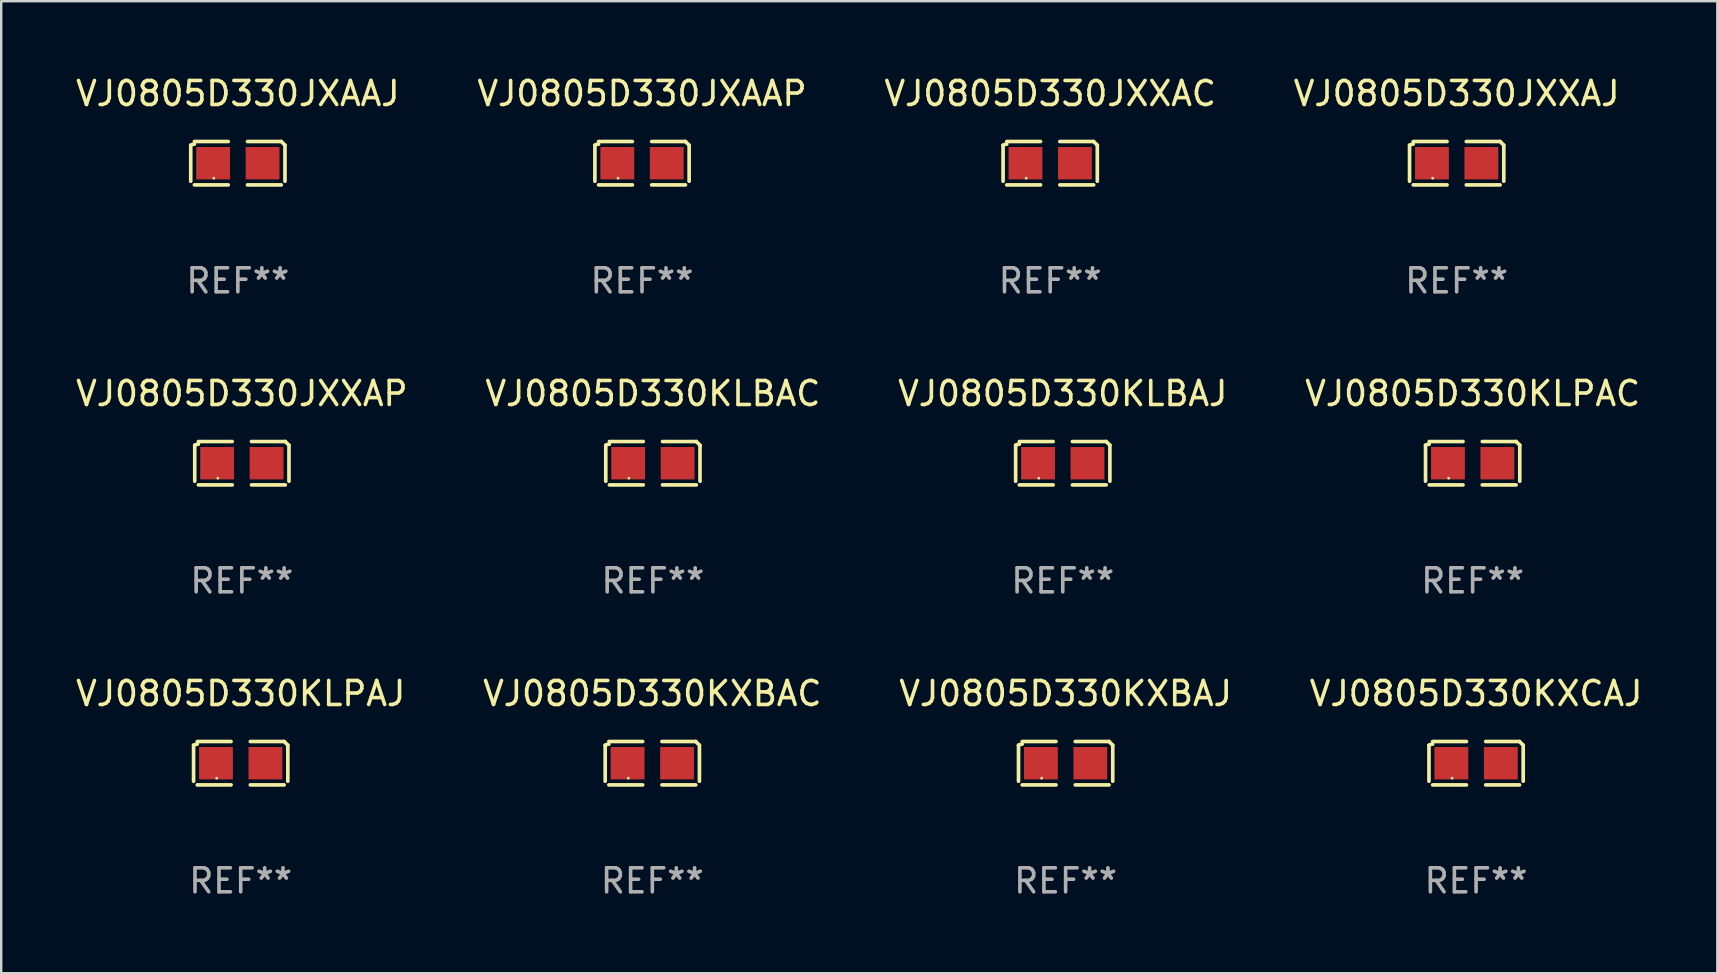
<source format=kicad_pcb>
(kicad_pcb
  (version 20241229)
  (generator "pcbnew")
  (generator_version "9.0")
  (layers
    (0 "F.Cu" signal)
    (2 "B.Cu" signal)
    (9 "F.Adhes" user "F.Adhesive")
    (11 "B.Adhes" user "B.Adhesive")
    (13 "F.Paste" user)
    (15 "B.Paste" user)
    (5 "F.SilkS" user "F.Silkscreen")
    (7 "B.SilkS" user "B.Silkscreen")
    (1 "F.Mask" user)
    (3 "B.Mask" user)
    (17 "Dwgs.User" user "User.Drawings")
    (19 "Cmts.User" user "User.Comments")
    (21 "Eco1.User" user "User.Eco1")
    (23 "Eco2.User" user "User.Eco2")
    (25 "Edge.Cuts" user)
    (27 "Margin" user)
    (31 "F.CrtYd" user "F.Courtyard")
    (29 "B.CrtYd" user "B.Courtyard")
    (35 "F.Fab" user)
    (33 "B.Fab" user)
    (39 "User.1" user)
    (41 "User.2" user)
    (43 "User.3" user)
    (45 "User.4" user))
  (footprint "VJ0805D330JXAAP"
    (layer "F.Cu")
    (at 23.708 3.752)
    (property "Reference" "VJ0805D330JXAAP" (at 0 -2.904 0) (layer "F.SilkS") (effects (font (size 1 1) (thickness 0.15))))
    (attr through_hole)
    (fp_line (start -1.964 0.751) (end -1.964 -0.751) (stroke (width 0.152) (type solid)) (layer "F.SilkS"))
    (fp_line (start -1.811 -0.904) (end -0.401 -0.904) (stroke (width 0.152) (type solid)) (layer "F.SilkS"))
    (fp_line (start -0.401 0.904) (end -1.811 0.904) (stroke (width 0.152) (type solid)) (layer "F.SilkS"))
    (fp_line (start 0.401 0.904) (end 1.811 0.904) (stroke (width 0.152) (type solid)) (layer "F.SilkS"))
    (fp_line (start 1.811 -0.904) (end 0.401 -0.904) (stroke (width 0.152) (type solid)) (layer "F.SilkS"))
    (fp_line (start 1.964 0.751) (end 1.964 -0.751) (stroke (width 0.152) (type solid)) (layer "F.SilkS"))
    (fp_arc (start -1.963602 -0.751207) (mid -1.890354 -0.783131) (end -1.811201 -0.794044) (stroke (width 0.1524) (type solid)) (layer "F.SilkS"))
    (fp_arc (start 1.811202 -0.903607) (mid 1.887413 -0.827418) (end 1.963602 -0.751207) (stroke (width 0.1524) (type solid)) (layer "F.SilkS"))
    (fp_circle (center -1 0.625) (end -0.97 0.625) (stroke (width 0.06) (type solid)) (fill no) (layer "F.SilkS"))
    (fp_text user "REF**" (at 0 4.904 0) (layer "F.Fab") (effects (font (size 1 1) (thickness 0.15))))
    (pad "1" smd rect (at -1.03 0) (size 1.41 1.35) (layers "F.Cu" "F.Mask" "F.Paste"))
    (pad "2" smd rect (at 1.03 0) (size 1.41 1.35) (layers "F.Cu" "F.Mask" "F.Paste")))
  (footprint "VJ0805D330KLBAC"
    (layer "F.Cu")
    (at 24.161 16.256)
    (property "Reference" "VJ0805D330KLBAC" (at 0 -2.904 0) (layer "F.SilkS") (effects (font (size 1 1) (thickness 0.15))))
    (attr through_hole)
    (fp_line (start -1.964 0.751) (end -1.964 -0.751) (stroke (width 0.152) (type solid)) (layer "F.SilkS"))
    (fp_line (start -1.811 -0.904) (end -0.401 -0.904) (stroke (width 0.152) (type solid)) (layer "F.SilkS"))
    (fp_line (start -0.401 0.904) (end -1.811 0.904) (stroke (width 0.152) (type solid)) (layer "F.SilkS"))
    (fp_line (start 0.401 0.904) (end 1.811 0.904) (stroke (width 0.152) (type solid)) (layer "F.SilkS"))
    (fp_line (start 1.811 -0.904) (end 0.401 -0.904) (stroke (width 0.152) (type solid)) (layer "F.SilkS"))
    (fp_line (start 1.964 0.751) (end 1.964 -0.751) (stroke (width 0.152) (type solid)) (layer "F.SilkS"))
    (fp_arc (start -1.963602 -0.751207) (mid -1.890354 -0.783131) (end -1.811201 -0.794044) (stroke (width 0.1524) (type solid)) (layer "F.SilkS"))
    (fp_arc (start 1.811202 -0.903607) (mid 1.887413 -0.827418) (end 1.963602 -0.751207) (stroke (width 0.1524) (type solid)) (layer "F.SilkS"))
    (fp_circle (center -1 0.625) (end -0.97 0.625) (stroke (width 0.06) (type solid)) (fill no) (layer "F.SilkS"))
    (fp_text user "REF**" (at 0 4.904 0) (layer "F.Fab") (effects (font (size 1 1) (thickness 0.15))))
    (pad "1" smd rect (at -1.03 0) (size 1.41 1.35) (layers "F.Cu" "F.Mask" "F.Paste"))
    (pad "2" smd rect (at 1.03 0) (size 1.41 1.35) (layers "F.Cu" "F.Mask" "F.Paste")))
  (footprint "VJ0805D330JXXAP"
    (layer "F.Cu")
    (at 7.03 16.256)
    (property "Reference" "VJ0805D330JXXAP" (at 0 -2.904 0) (layer "F.SilkS") (effects (font (size 1 1) (thickness 0.15))))
    (attr through_hole)
    (fp_line (start -1.964 0.751) (end -1.964 -0.751) (stroke (width 0.152) (type solid)) (layer "F.SilkS"))
    (fp_line (start -1.811 -0.904) (end -0.401 -0.904) (stroke (width 0.152) (type solid)) (layer "F.SilkS"))
    (fp_line (start -0.401 0.904) (end -1.811 0.904) (stroke (width 0.152) (type solid)) (layer "F.SilkS"))
    (fp_line (start 0.401 0.904) (end 1.811 0.904) (stroke (width 0.152) (type solid)) (layer "F.SilkS"))
    (fp_line (start 1.811 -0.904) (end 0.401 -0.904) (stroke (width 0.152) (type solid)) (layer "F.SilkS"))
    (fp_line (start 1.964 0.751) (end 1.964 -0.751) (stroke (width 0.152) (type solid)) (layer "F.SilkS"))
    (fp_arc (start -1.963602 -0.751207) (mid -1.890354 -0.783131) (end -1.811201 -0.794044) (stroke (width 0.1524) (type solid)) (layer "F.SilkS"))
    (fp_arc (start 1.811202 -0.903607) (mid 1.887413 -0.827418) (end 1.963602 -0.751207) (stroke (width 0.1524) (type solid)) (layer "F.SilkS"))
    (fp_circle (center -1 0.625) (end -0.97 0.625) (stroke (width 0.06) (type solid)) (fill no) (layer "F.SilkS"))
    (fp_text user "REF**" (at 0 4.904 0) (layer "F.Fab") (effects (font (size 1 1) (thickness 0.15))))
    (pad "1" smd rect (at -1.03 0) (size 1.41 1.35) (layers "F.Cu" "F.Mask" "F.Paste"))
    (pad "2" smd rect (at 1.03 0) (size 1.41 1.35) (layers "F.Cu" "F.Mask" "F.Paste")))
  (footprint "VJ0805D330KXBAC"
    (layer "F.Cu")
    (at 24.137 28.759)
    (property "Reference" "VJ0805D330KXBAC" (at 0 -2.904 0) (layer "F.SilkS") (effects (font (size 1 1) (thickness 0.15))))
    (attr through_hole)
    (fp_line (start -1.964 0.751) (end -1.964 -0.751) (stroke (width 0.152) (type solid)) (layer "F.SilkS"))
    (fp_line (start -1.811 -0.904) (end -0.401 -0.904) (stroke (width 0.152) (type solid)) (layer "F.SilkS"))
    (fp_line (start -0.401 0.904) (end -1.811 0.904) (stroke (width 0.152) (type solid)) (layer "F.SilkS"))
    (fp_line (start 0.401 0.904) (end 1.811 0.904) (stroke (width 0.152) (type solid)) (layer "F.SilkS"))
    (fp_line (start 1.811 -0.904) (end 0.401 -0.904) (stroke (width 0.152) (type solid)) (layer "F.SilkS"))
    (fp_line (start 1.964 0.751) (end 1.964 -0.751) (stroke (width 0.152) (type solid)) (layer "F.SilkS"))
    (fp_arc (start -1.963602 -0.751207) (mid -1.890354 -0.783131) (end -1.811201 -0.794044) (stroke (width 0.1524) (type solid)) (layer "F.SilkS"))
    (fp_arc (start 1.811202 -0.903607) (mid 1.887413 -0.827418) (end 1.963602 -0.751207) (stroke (width 0.1524) (type solid)) (layer "F.SilkS"))
    (fp_circle (center -1 0.625) (end -0.97 0.625) (stroke (width 0.06) (type solid)) (fill no) (layer "F.SilkS"))
    (fp_text user "REF**" (at 0 4.904 0) (layer "F.Fab") (effects (font (size 1 1) (thickness 0.15))))
    (pad "1" smd rect (at -1.03 0) (size 1.41 1.35) (layers "F.Cu" "F.Mask" "F.Paste"))
    (pad "2" smd rect (at 1.03 0) (size 1.41 1.35) (layers "F.Cu" "F.Mask" "F.Paste")))
  (footprint "VJ0805D330JXAAJ"
    (layer "F.Cu")
    (at 6.863 3.752)
    (property "Reference" "VJ0805D330JXAAJ" (at 0 -2.904 0) (layer "F.SilkS") (effects (font (size 1 1) (thickness 0.15))))
    (attr through_hole)
    (fp_line (start -1.964 0.751) (end -1.964 -0.751) (stroke (width 0.152) (type solid)) (layer "F.SilkS"))
    (fp_line (start -1.811 -0.904) (end -0.401 -0.904) (stroke (width 0.152) (type solid)) (layer "F.SilkS"))
    (fp_line (start -0.401 0.904) (end -1.811 0.904) (stroke (width 0.152) (type solid)) (layer "F.SilkS"))
    (fp_line (start 0.401 0.904) (end 1.811 0.904) (stroke (width 0.152) (type solid)) (layer "F.SilkS"))
    (fp_line (start 1.811 -0.904) (end 0.401 -0.904) (stroke (width 0.152) (type solid)) (layer "F.SilkS"))
    (fp_line (start 1.964 0.751) (end 1.964 -0.751) (stroke (width 0.152) (type solid)) (layer "F.SilkS"))
    (fp_arc (start -1.963602 -0.751207) (mid -1.890354 -0.783131) (end -1.811201 -0.794044) (stroke (width 0.1524) (type solid)) (layer "F.SilkS"))
    (fp_arc (start 1.811202 -0.903607) (mid 1.887413 -0.827418) (end 1.963602 -0.751207) (stroke (width 0.1524) (type solid)) (layer "F.SilkS"))
    (fp_circle (center -1 0.625) (end -0.97 0.625) (stroke (width 0.06) (type solid)) (fill no) (layer "F.SilkS"))
    (fp_text user "REF**" (at 0 4.904 0) (layer "F.Fab") (effects (font (size 1 1) (thickness 0.15))))
    (pad "1" smd rect (at -1.03 0) (size 1.41 1.35) (layers "F.Cu" "F.Mask" "F.Paste"))
    (pad "2" smd rect (at 1.03 0) (size 1.41 1.35) (layers "F.Cu" "F.Mask" "F.Paste")))
  (footprint "VJ0805D330KXCAJ"
    (layer "F.Cu")
    (at 58.47 28.759)
    (property "Reference" "VJ0805D330KXCAJ" (at 0 -2.904 0) (layer "F.SilkS") (effects (font (size 1 1) (thickness 0.15))))
    (attr through_hole)
    (fp_line (start -1.964 0.751) (end -1.964 -0.751) (stroke (width 0.152) (type solid)) (layer "F.SilkS"))
    (fp_line (start -1.811 -0.904) (end -0.401 -0.904) (stroke (width 0.152) (type solid)) (layer "F.SilkS"))
    (fp_line (start -0.401 0.904) (end -1.811 0.904) (stroke (width 0.152) (type solid)) (layer "F.SilkS"))
    (fp_line (start 0.401 0.904) (end 1.811 0.904) (stroke (width 0.152) (type solid)) (layer "F.SilkS"))
    (fp_line (start 1.811 -0.904) (end 0.401 -0.904) (stroke (width 0.152) (type solid)) (layer "F.SilkS"))
    (fp_line (start 1.964 0.751) (end 1.964 -0.751) (stroke (width 0.152) (type solid)) (layer "F.SilkS"))
    (fp_arc (start -1.963602 -0.751207) (mid -1.890354 -0.783131) (end -1.811201 -0.794044) (stroke (width 0.1524) (type solid)) (layer "F.SilkS"))
    (fp_arc (start 1.811202 -0.903607) (mid 1.887413 -0.827418) (end 1.963602 -0.751207) (stroke (width 0.1524) (type solid)) (layer "F.SilkS"))
    (fp_circle (center -1 0.625) (end -0.97 0.625) (stroke (width 0.06) (type solid)) (fill no) (layer "F.SilkS"))
    (fp_text user "REF**" (at 0 4.904 0) (layer "F.Fab") (effects (font (size 1 1) (thickness 0.15))))
    (pad "1" smd rect (at -1.03 0) (size 1.41 1.35) (layers "F.Cu" "F.Mask" "F.Paste"))
    (pad "2" smd rect (at 1.03 0) (size 1.41 1.35) (layers "F.Cu" "F.Mask" "F.Paste")))
  (footprint "VJ0805D330KXBAJ"
    (layer "F.Cu")
    (at 41.363 28.759)
    (property "Reference" "VJ0805D330KXBAJ" (at 0 -2.904 0) (layer "F.SilkS") (effects (font (size 1 1) (thickness 0.15))))
    (attr through_hole)
    (fp_line (start -1.964 0.751) (end -1.964 -0.751) (stroke (width 0.152) (type solid)) (layer "F.SilkS"))
    (fp_line (start -1.811 -0.904) (end -0.401 -0.904) (stroke (width 0.152) (type solid)) (layer "F.SilkS"))
    (fp_line (start -0.401 0.904) (end -1.811 0.904) (stroke (width 0.152) (type solid)) (layer "F.SilkS"))
    (fp_line (start 0.401 0.904) (end 1.811 0.904) (stroke (width 0.152) (type solid)) (layer "F.SilkS"))
    (fp_line (start 1.811 -0.904) (end 0.401 -0.904) (stroke (width 0.152) (type solid)) (layer "F.SilkS"))
    (fp_line (start 1.964 0.751) (end 1.964 -0.751) (stroke (width 0.152) (type solid)) (layer "F.SilkS"))
    (fp_arc (start -1.963602 -0.751207) (mid -1.890354 -0.783131) (end -1.811201 -0.794044) (stroke (width 0.1524) (type solid)) (layer "F.SilkS"))
    (fp_arc (start 1.811202 -0.903607) (mid 1.887413 -0.827418) (end 1.963602 -0.751207) (stroke (width 0.1524) (type solid)) (layer "F.SilkS"))
    (fp_circle (center -1 0.625) (end -0.97 0.625) (stroke (width 0.06) (type solid)) (fill no) (layer "F.SilkS"))
    (fp_text user "REF**" (at 0 4.904 0) (layer "F.Fab") (effects (font (size 1 1) (thickness 0.15))))
    (pad "1" smd rect (at -1.03 0) (size 1.41 1.35) (layers "F.Cu" "F.Mask" "F.Paste"))
    (pad "2" smd rect (at 1.03 0) (size 1.41 1.35) (layers "F.Cu" "F.Mask" "F.Paste")))
  (footprint "VJ0805D330KLPAC"
    (layer "F.Cu")
    (at 58.327 16.256)
    (property "Reference" "VJ0805D330KLPAC" (at 0 -2.904 0) (layer "F.SilkS") (effects (font (size 1 1) (thickness 0.15))))
    (attr through_hole)
    (fp_line (start -1.964 0.751) (end -1.964 -0.751) (stroke (width 0.152) (type solid)) (layer "F.SilkS"))
    (fp_line (start -1.811 -0.904) (end -0.401 -0.904) (stroke (width 0.152) (type solid)) (layer "F.SilkS"))
    (fp_line (start -0.401 0.904) (end -1.811 0.904) (stroke (width 0.152) (type solid)) (layer "F.SilkS"))
    (fp_line (start 0.401 0.904) (end 1.811 0.904) (stroke (width 0.152) (type solid)) (layer "F.SilkS"))
    (fp_line (start 1.811 -0.904) (end 0.401 -0.904) (stroke (width 0.152) (type solid)) (layer "F.SilkS"))
    (fp_line (start 1.964 0.751) (end 1.964 -0.751) (stroke (width 0.152) (type solid)) (layer "F.SilkS"))
    (fp_arc (start -1.963602 -0.751207) (mid -1.890354 -0.783131) (end -1.811201 -0.794044) (stroke (width 0.1524) (type solid)) (layer "F.SilkS"))
    (fp_arc (start 1.811202 -0.903607) (mid 1.887413 -0.827418) (end 1.963602 -0.751207) (stroke (width 0.1524) (type solid)) (layer "F.SilkS"))
    (fp_circle (center -1 0.625) (end -0.97 0.625) (stroke (width 0.06) (type solid)) (fill no) (layer "F.SilkS"))
    (fp_text user "REF**" (at 0 4.904 0) (layer "F.Fab") (effects (font (size 1 1) (thickness 0.15))))
    (pad "1" smd rect (at -1.03 0) (size 1.41 1.35) (layers "F.Cu" "F.Mask" "F.Paste"))
    (pad "2" smd rect (at 1.03 0) (size 1.41 1.35) (layers "F.Cu" "F.Mask" "F.Paste")))
  (footprint "VJ0805D330JXXAC"
    (layer "F.Cu")
    (at 40.72 3.752)
    (property "Reference" "VJ0805D330JXXAC" (at 0 -2.904 0) (layer "F.SilkS") (effects (font (size 1 1) (thickness 0.15))))
    (attr through_hole)
    (fp_line (start -1.964 0.751) (end -1.964 -0.751) (stroke (width 0.152) (type solid)) (layer "F.SilkS"))
    (fp_line (start -1.811 -0.904) (end -0.401 -0.904) (stroke (width 0.152) (type solid)) (layer "F.SilkS"))
    (fp_line (start -0.401 0.904) (end -1.811 0.904) (stroke (width 0.152) (type solid)) (layer "F.SilkS"))
    (fp_line (start 0.401 0.904) (end 1.811 0.904) (stroke (width 0.152) (type solid)) (layer "F.SilkS"))
    (fp_line (start 1.811 -0.904) (end 0.401 -0.904) (stroke (width 0.152) (type solid)) (layer "F.SilkS"))
    (fp_line (start 1.964 0.751) (end 1.964 -0.751) (stroke (width 0.152) (type solid)) (layer "F.SilkS"))
    (fp_arc (start -1.963602 -0.751207) (mid -1.890354 -0.783131) (end -1.811201 -0.794044) (stroke (width 0.1524) (type solid)) (layer "F.SilkS"))
    (fp_arc (start 1.811202 -0.903607) (mid 1.887413 -0.827418) (end 1.963602 -0.751207) (stroke (width 0.1524) (type solid)) (layer "F.SilkS"))
    (fp_circle (center -1 0.625) (end -0.97 0.625) (stroke (width 0.06) (type solid)) (fill no) (layer "F.SilkS"))
    (fp_text user "REF**" (at 0 4.904 0) (layer "F.Fab") (effects (font (size 1 1) (thickness 0.15))))
    (pad "1" smd rect (at -1.03 0) (size 1.41 1.35) (layers "F.Cu" "F.Mask" "F.Paste"))
    (pad "2" smd rect (at 1.03 0) (size 1.41 1.35) (layers "F.Cu" "F.Mask" "F.Paste")))
  (footprint "VJ0805D330KLBAJ"
    (layer "F.Cu")
    (at 41.244 16.256)
    (property "Reference" "VJ0805D330KLBAJ" (at 0 -2.904 0) (layer "F.SilkS") (effects (font (size 1 1) (thickness 0.15))))
    (attr through_hole)
    (fp_line (start -1.964 0.751) (end -1.964 -0.751) (stroke (width 0.152) (type solid)) (layer "F.SilkS"))
    (fp_line (start -1.811 -0.904) (end -0.401 -0.904) (stroke (width 0.152) (type solid)) (layer "F.SilkS"))
    (fp_line (start -0.401 0.904) (end -1.811 0.904) (stroke (width 0.152) (type solid)) (layer "F.SilkS"))
    (fp_line (start 0.401 0.904) (end 1.811 0.904) (stroke (width 0.152) (type solid)) (layer "F.SilkS"))
    (fp_line (start 1.811 -0.904) (end 0.401 -0.904) (stroke (width 0.152) (type solid)) (layer "F.SilkS"))
    (fp_line (start 1.964 0.751) (end 1.964 -0.751) (stroke (width 0.152) (type solid)) (layer "F.SilkS"))
    (fp_arc (start -1.963602 -0.751207) (mid -1.890354 -0.783131) (end -1.811201 -0.794044) (stroke (width 0.1524) (type solid)) (layer "F.SilkS"))
    (fp_arc (start 1.811202 -0.903607) (mid 1.887413 -0.827418) (end 1.963602 -0.751207) (stroke (width 0.1524) (type solid)) (layer "F.SilkS"))
    (fp_circle (center -1 0.625) (end -0.97 0.625) (stroke (width 0.06) (type solid)) (fill no) (layer "F.SilkS"))
    (fp_text user "REF**" (at 0 4.904 0) (layer "F.Fab") (effects (font (size 1 1) (thickness 0.15))))
    (pad "1" smd rect (at -1.03 0) (size 1.41 1.35) (layers "F.Cu" "F.Mask" "F.Paste"))
    (pad "2" smd rect (at 1.03 0) (size 1.41 1.35) (layers "F.Cu" "F.Mask" "F.Paste")))
  (footprint "VJ0805D330JXXAJ"
    (layer "F.Cu")
    (at 57.661 3.752)
    (property "Reference" "VJ0805D330JXXAJ" (at 0 -2.904 0) (layer "F.SilkS") (effects (font (size 1 1) (thickness 0.15))))
    (attr through_hole)
    (fp_line (start -1.964 0.751) (end -1.964 -0.751) (stroke (width 0.152) (type solid)) (layer "F.SilkS"))
    (fp_line (start -1.811 -0.904) (end -0.401 -0.904) (stroke (width 0.152) (type solid)) (layer "F.SilkS"))
    (fp_line (start -0.401 0.904) (end -1.811 0.904) (stroke (width 0.152) (type solid)) (layer "F.SilkS"))
    (fp_line (start 0.401 0.904) (end 1.811 0.904) (stroke (width 0.152) (type solid)) (layer "F.SilkS"))
    (fp_line (start 1.811 -0.904) (end 0.401 -0.904) (stroke (width 0.152) (type solid)) (layer "F.SilkS"))
    (fp_line (start 1.964 0.751) (end 1.964 -0.751) (stroke (width 0.152) (type solid)) (layer "F.SilkS"))
    (fp_arc (start -1.963602 -0.751207) (mid -1.890354 -0.783131) (end -1.811201 -0.794044) (stroke (width 0.1524) (type solid)) (layer "F.SilkS"))
    (fp_arc (start 1.811202 -0.903607) (mid 1.887413 -0.827418) (end 1.963602 -0.751207) (stroke (width 0.1524) (type solid)) (layer "F.SilkS"))
    (fp_circle (center -1 0.625) (end -0.97 0.625) (stroke (width 0.06) (type solid)) (fill no) (layer "F.SilkS"))
    (fp_text user "REF**" (at 0 4.904 0) (layer "F.Fab") (effects (font (size 1 1) (thickness 0.15))))
    (pad "1" smd rect (at -1.03 0) (size 1.41 1.35) (layers "F.Cu" "F.Mask" "F.Paste"))
    (pad "2" smd rect (at 1.03 0) (size 1.41 1.35) (layers "F.Cu" "F.Mask" "F.Paste")))
  (footprint "VJ0805D330KLPAJ"
    (layer "F.Cu")
    (at 6.982 28.759)
    (property "Reference" "VJ0805D330KLPAJ" (at 0 -2.904 0) (layer "F.SilkS") (effects (font (size 1 1) (thickness 0.15))))
    (attr through_hole)
    (fp_line (start -1.964 0.751) (end -1.964 -0.751) (stroke (width 0.152) (type solid)) (layer "F.SilkS"))
    (fp_line (start -1.811 -0.904) (end -0.401 -0.904) (stroke (width 0.152) (type solid)) (layer "F.SilkS"))
    (fp_line (start -0.401 0.904) (end -1.811 0.904) (stroke (width 0.152) (type solid)) (layer "F.SilkS"))
    (fp_line (start 0.401 0.904) (end 1.811 0.904) (stroke (width 0.152) (type solid)) (layer "F.SilkS"))
    (fp_line (start 1.811 -0.904) (end 0.401 -0.904) (stroke (width 0.152) (type solid)) (layer "F.SilkS"))
    (fp_line (start 1.964 0.751) (end 1.964 -0.751) (stroke (width 0.152) (type solid)) (layer "F.SilkS"))
    (fp_arc (start -1.963602 -0.751207) (mid -1.890354 -0.783131) (end -1.811201 -0.794044) (stroke (width 0.1524) (type solid)) (layer "F.SilkS"))
    (fp_arc (start 1.811202 -0.903607) (mid 1.887413 -0.827418) (end 1.963602 -0.751207) (stroke (width 0.1524) (type solid)) (layer "F.SilkS"))
    (fp_circle (center -1 0.625) (end -0.97 0.625) (stroke (width 0.06) (type solid)) (fill no) (layer "F.SilkS"))
    (fp_text user "REF**" (at 0 4.904 0) (layer "F.Fab") (effects (font (size 1 1) (thickness 0.15))))
    (pad "1" smd rect (at -1.03 0) (size 1.41 1.35) (layers "F.Cu" "F.Mask" "F.Paste"))
    (pad "2" smd rect (at 1.03 0) (size 1.41 1.35) (layers "F.Cu" "F.Mask" "F.Paste")))
  (gr_rect
    (start -3 -3)
    (end 68.524 37.511)
    (stroke (width 0.1) (type default))
    (fill no)
    (layer "Edge.Cuts")))
</source>
